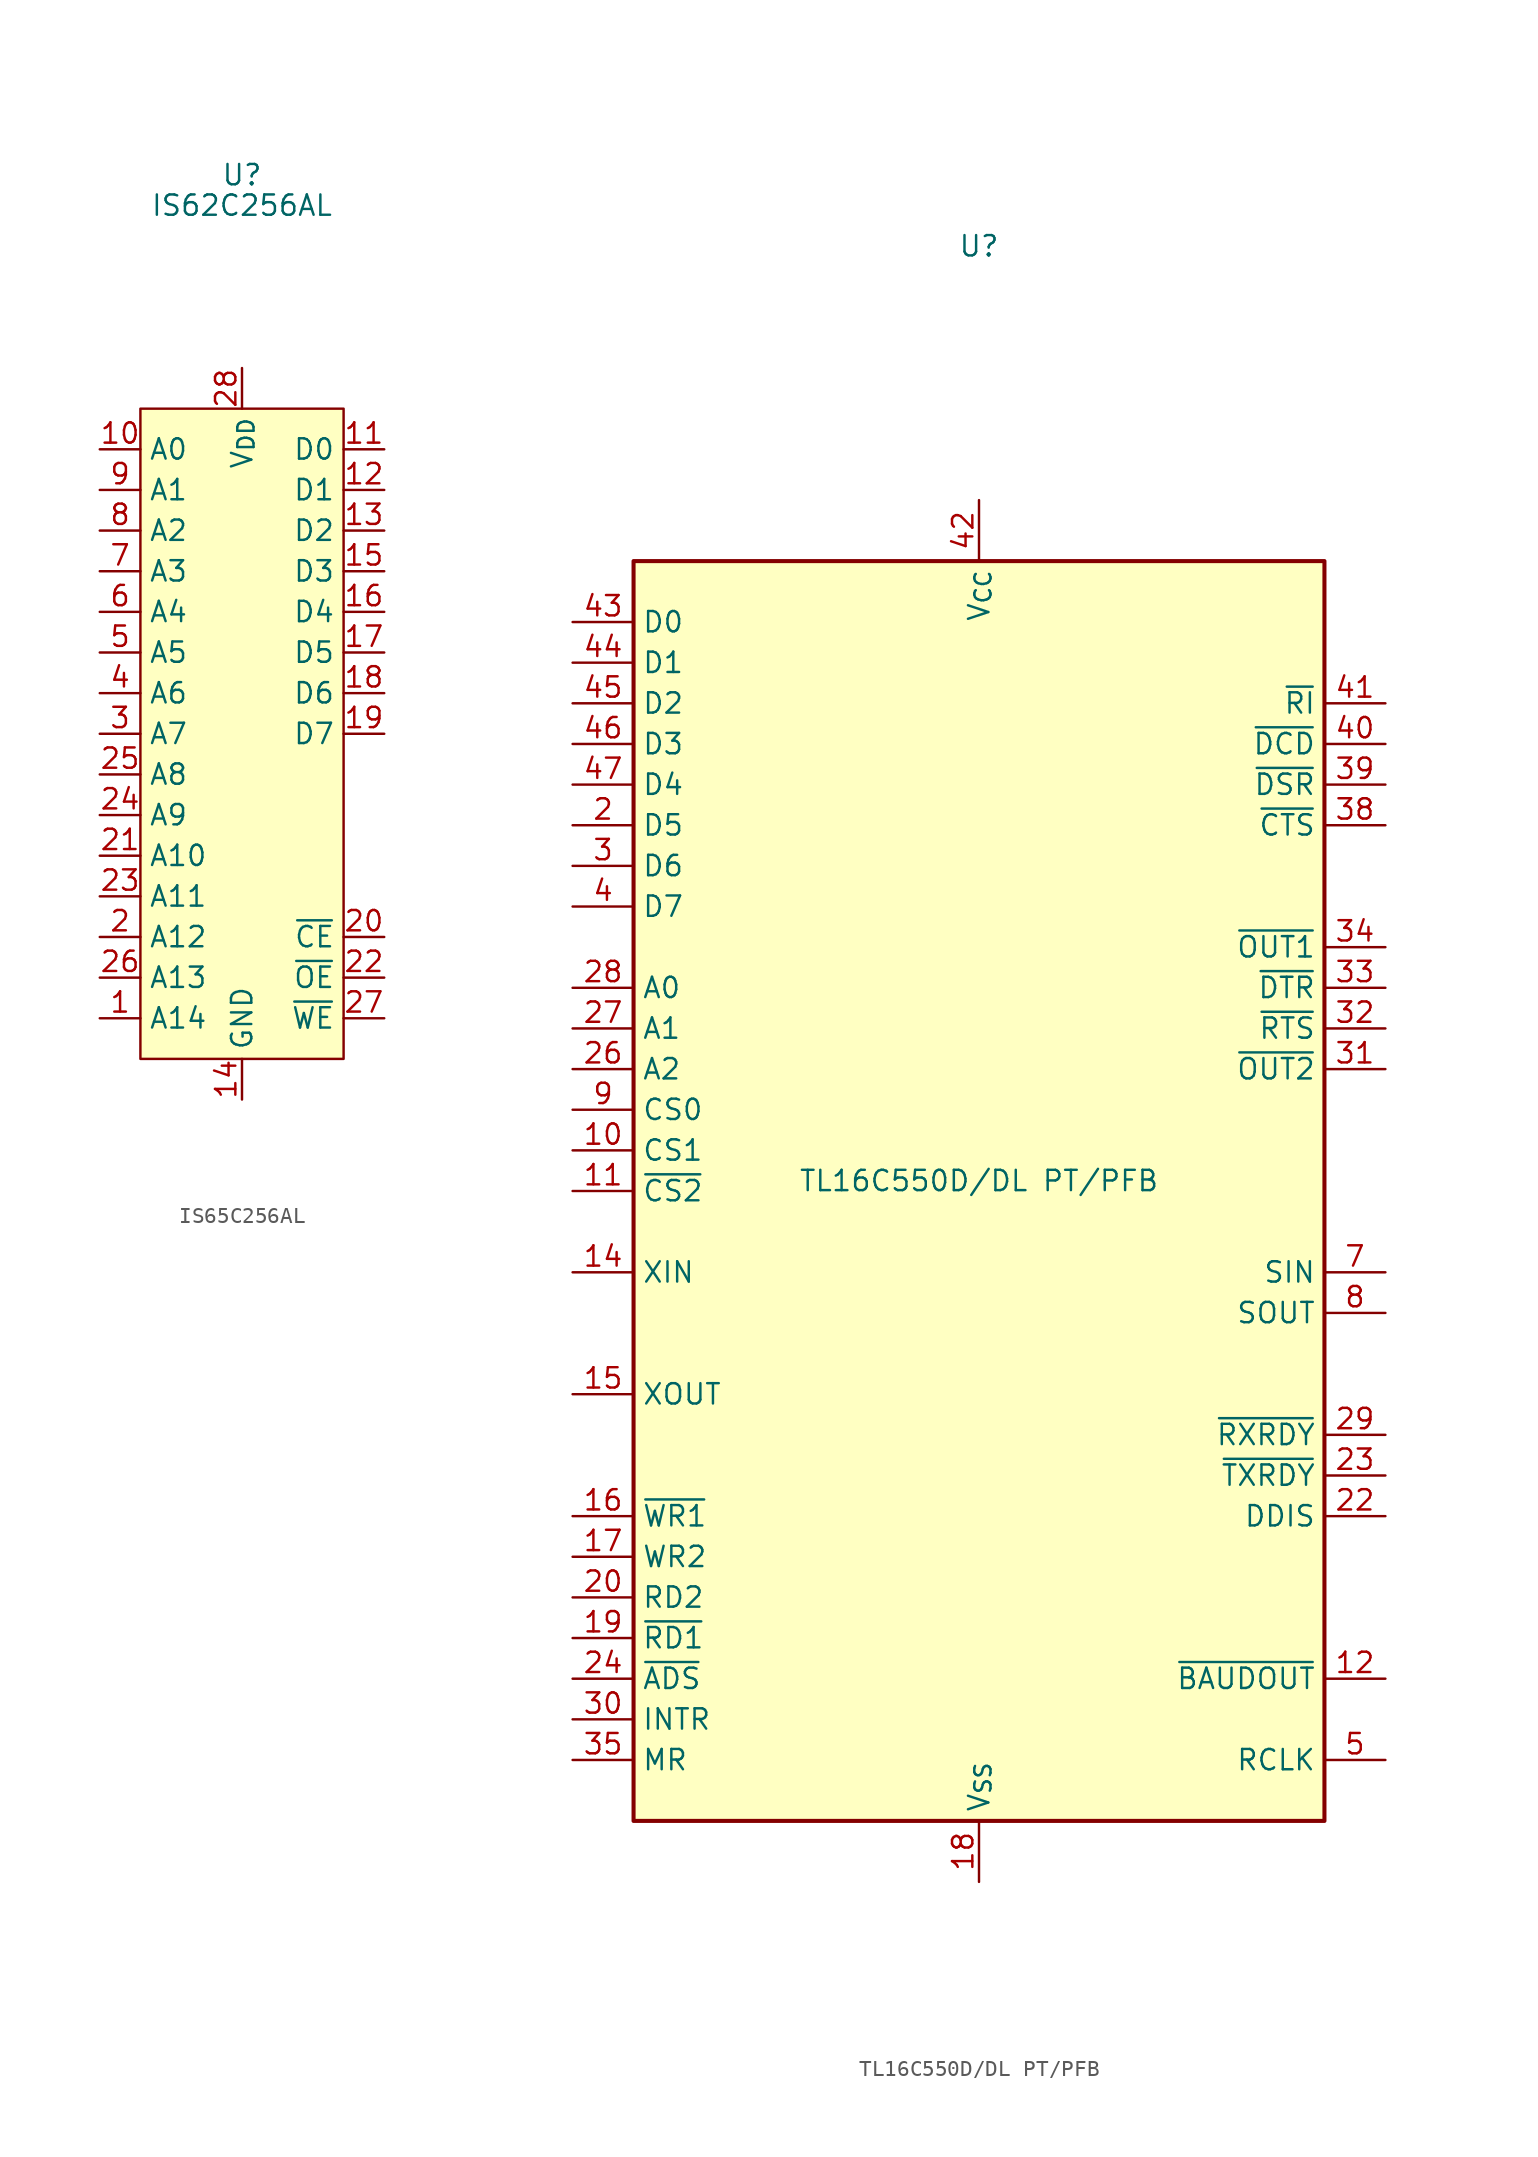
<source format=kicad_sym>
(kicad_symbol_lib
  (version 20220914)
  (generator kicad_symbol_editor)
  (symbol "IS65C256AL"
    (property "Reference" "U"
      (at 0 34.925 0)
      (effects (font (size 1.27 1.27))))
    (property "Value" "IS62C256AL"
      (at 0 33.02 0)
      (effects (font (size 1.27 1.27))))
    (symbol "IS65C256AL_1_1"
      (rectangle (start -6.35 20.32) (end 6.35 -20.32) (stroke (width 0) (type default)) (fill (type background)))
      (pin input line (at -8.89 -17.78 0) (length 2.54) (name "A14" (effects (font (size 1.27 1.27)))) (number "1" (effects (font (size 1.27 1.27)))))
      (pin input line (at -8.89 17.78 0) (length 2.54) (name "A0" (effects (font (size 1.27 1.27)))) (number "10" (effects (font (size 1.27 1.27)))))
      (pin bidirectional line (at 8.89 17.78 180) (length 2.54) (name "D0" (effects (font (size 1.27 1.27)))) (number "11" (effects (font (size 1.27 1.27)))))
      (pin bidirectional line (at 8.89 15.24 180) (length 2.54) (name "D1" (effects (font (size 1.27 1.27)))) (number "12" (effects (font (size 1.27 1.27)))))
      (pin bidirectional line (at 8.89 12.7 180) (length 2.54) (name "D2" (effects (font (size 1.27 1.27)))) (number "13" (effects (font (size 1.27 1.27)))))
      (pin power_in line (at 0 -22.86 90) (length 2.54) (name "GND" (effects (font (size 1.27 1.27)))) (number "14" (effects (font (size 1.27 1.27)))))
      (pin bidirectional line (at 8.89 10.16 180) (length 2.54) (name "D3" (effects (font (size 1.27 1.27)))) (number "15" (effects (font (size 1.27 1.27)))))
      (pin bidirectional line (at 8.89 7.62 180) (length 2.54) (name "D4" (effects (font (size 1.27 1.27)))) (number "16" (effects (font (size 1.27 1.27)))))
      (pin bidirectional line (at 8.89 5.08 180) (length 2.54) (name "D5" (effects (font (size 1.27 1.27)))) (number "17" (effects (font (size 1.27 1.27)))))
      (pin bidirectional line (at 8.89 2.54 180) (length 2.54) (name "D6" (effects (font (size 1.27 1.27)))) (number "18" (effects (font (size 1.27 1.27)))))
      (pin bidirectional line (at 8.89 0 180) (length 2.54) (name "D7" (effects (font (size 1.27 1.27)))) (number "19" (effects (font (size 1.27 1.27)))))
      (pin input line (at -8.89 -12.7 0) (length 2.54) (name "A12" (effects (font (size 1.27 1.27)))) (number "2" (effects (font (size 1.27 1.27)))))
      (pin input line (at 8.89 -12.7 180) (length 2.54) (name "~{CE}" (effects (font (size 1.27 1.27)))) (number "20" (effects (font (size 1.27 1.27)))))
      (pin input line (at -8.89 -7.62 0) (length 2.54) (name "A10" (effects (font (size 1.27 1.27)))) (number "21" (effects (font (size 1.27 1.27)))))
      (pin input line (at 8.89 -15.24 180) (length 2.54) (name "~{OE}" (effects (font (size 1.27 1.27)))) (number "22" (effects (font (size 1.27 1.27)))))
      (pin input line (at -8.89 -10.16 0) (length 2.54) (name "A11" (effects (font (size 1.27 1.27)))) (number "23" (effects (font (size 1.27 1.27)))))
      (pin input line (at -8.89 -5.08 0) (length 2.54) (name "A9" (effects (font (size 1.27 1.27)))) (number "24" (effects (font (size 1.27 1.27)))))
      (pin input line (at -8.89 -2.54 0) (length 2.54) (name "A8" (effects (font (size 1.27 1.27)))) (number "25" (effects (font (size 1.27 1.27)))))
      (pin input line (at -8.89 -15.24 0) (length 2.54) (name "A13" (effects (font (size 1.27 1.27)))) (number "26" (effects (font (size 1.27 1.27)))))
      (pin input line (at 8.89 -17.78 180) (length 2.54) (name "~{WE}" (effects (font (size 1.27 1.27)))) (number "27" (effects (font (size 1.27 1.27)))))
      (pin power_in line (at 0 22.86 270) (length 2.54) (name "V_{DD}" (effects (font (size 1.27 1.27)))) (number "28" (effects (font (size 1.27 1.27)))))
      (pin input line (at -8.89 0 0) (length 2.54) (name "A7" (effects (font (size 1.27 1.27)))) (number "3" (effects (font (size 1.27 1.27)))))
      (pin input line (at -8.89 2.54 0) (length 2.54) (name "A6" (effects (font (size 1.27 1.27)))) (number "4" (effects (font (size 1.27 1.27)))))
      (pin input line (at -8.89 5.08 0) (length 2.54) (name "A5" (effects (font (size 1.27 1.27)))) (number "5" (effects (font (size 1.27 1.27)))))
      (pin input line (at -8.89 7.62 0) (length 2.54) (name "A4" (effects (font (size 1.27 1.27)))) (number "6" (effects (font (size 1.27 1.27)))))
      (pin input line (at -8.89 10.16 0) (length 2.54) (name "A3" (effects (font (size 1.27 1.27)))) (number "7" (effects (font (size 1.27 1.27)))))
      (pin input line (at -8.89 12.7 0) (length 2.54) (name "A2" (effects (font (size 1.27 1.27)))) (number "8" (effects (font (size 1.27 1.27)))))
      (pin input line (at -8.89 15.24 0) (length 2.54) (name "A1" (effects (font (size 1.27 1.27)))) (number "9" (effects (font (size 1.27 1.27)))))))
  (symbol "TL16C550D/DL PT/PFB"
    (property "Reference" "U"
      (at 0 59.055 0)
      (effects (font (size 1.27 1.27))))
    (property "Value" "TL16C550D/DL PT/PFB"
      (at 0 0.635 0)
      (effects (font (size 1.27 1.27))))
    (symbol "TL16C550D/DL PT/PFB_0_1"
      (rectangle (start -21.59 39.37) (end 21.59 -39.37) (stroke (width 0.254) (type default)) (fill (type background))))
    (symbol "TL16C550D/DL PT/PFB_1_1"
      (pin input line (at -25.4 2.54 0) (length 3.81) (name "CS1" (effects (font (size 1.27 1.27)))) (number "10" (effects (font (size 1.27 1.27)))))
      (pin input line (at -25.4 0 0) (length 3.81) (name "~{CS2}" (effects (font (size 1.27 1.27)))) (number "11" (effects (font (size 1.27 1.27)))))
      (pin output line (at 25.4 -30.48 180) (length 3.81) (name "~{BAUDOUT}" (effects (font (size 1.27 1.27)))) (number "12" (effects (font (size 1.27 1.27)))))
      (pin input line (at -25.4 -5.08 0) (length 3.81) (name "XIN" (effects (font (size 1.27 1.27)))) (number "14" (effects (font (size 1.27 1.27)))))
      (pin output line (at -25.4 -12.7 0) (length 3.81) (name "XOUT" (effects (font (size 1.27 1.27)))) (number "15" (effects (font (size 1.27 1.27)))))
      (pin input line (at -25.4 -20.32 0) (length 3.81) (name "~{WR1}" (effects (font (size 1.27 1.27)))) (number "16" (effects (font (size 1.27 1.27)))))
      (pin input line (at -25.4 -22.86 0) (length 3.81) (name "WR2" (effects (font (size 1.27 1.27)))) (number "17" (effects (font (size 1.27 1.27)))))
      (pin power_in line (at 0 -43.18 90) (length 3.81) (name "V_{SS}" (effects (font (size 1.27 1.27)))) (number "18" (effects (font (size 1.27 1.27)))))
      (pin input line (at -25.4 -27.94 0) (length 3.81) (name "~{RD1}" (effects (font (size 1.27 1.27)))) (number "19" (effects (font (size 1.27 1.27)))))
      (pin bidirectional line (at -25.4 22.86 0) (length 3.81) (name "D5" (effects (font (size 1.27 1.27)))) (number "2" (effects (font (size 1.27 1.27)))))
      (pin input line (at -25.4 -25.4 0) (length 3.81) (name "RD2" (effects (font (size 1.27 1.27)))) (number "20" (effects (font (size 1.27 1.27)))))
      (pin output line (at 25.4 -20.32 180) (length 3.81) (name "DDIS" (effects (font (size 1.27 1.27)))) (number "22" (effects (font (size 1.27 1.27)))))
      (pin output line (at 25.4 -17.78 180) (length 3.81) (name "~{TXRDY}" (effects (font (size 1.27 1.27)))) (number "23" (effects (font (size 1.27 1.27)))))
      (pin input line (at -25.4 -30.48 0) (length 3.81) (name "~{ADS}" (effects (font (size 1.27 1.27)))) (number "24" (effects (font (size 1.27 1.27)))))
      (pin input line (at -25.4 7.62 0) (length 3.81) (name "A2" (effects (font (size 1.27 1.27)))) (number "26" (effects (font (size 1.27 1.27)))))
      (pin input line (at -25.4 10.16 0) (length 3.81) (name "A1" (effects (font (size 1.27 1.27)))) (number "27" (effects (font (size 1.27 1.27)))))
      (pin input line (at -25.4 12.7 0) (length 3.81) (name "A0" (effects (font (size 1.27 1.27)))) (number "28" (effects (font (size 1.27 1.27)))))
      (pin output line (at 25.4 -15.24 180) (length 3.81) (name "~{RXRDY}" (effects (font (size 1.27 1.27)))) (number "29" (effects (font (size 1.27 1.27)))))
      (pin bidirectional line (at -25.4 20.32 0) (length 3.81) (name "D6" (effects (font (size 1.27 1.27)))) (number "3" (effects (font (size 1.27 1.27)))))
      (pin output line (at -25.4 -33.02 0) (length 3.81) (name "INTR" (effects (font (size 1.27 1.27)))) (number "30" (effects (font (size 1.27 1.27)))))
      (pin output line (at 25.4 7.62 180) (length 3.81) (name "~{OUT2}" (effects (font (size 1.27 1.27)))) (number "31" (effects (font (size 1.27 1.27)))))
      (pin output line (at 25.4 10.16 180) (length 3.81) (name "~{RTS}" (effects (font (size 1.27 1.27)))) (number "32" (effects (font (size 1.27 1.27)))))
      (pin output line (at 25.4 12.7 180) (length 3.81) (name "~{DTR}" (effects (font (size 1.27 1.27)))) (number "33" (effects (font (size 1.27 1.27)))))
      (pin output line (at 25.4 15.24 180) (length 3.81) (name "~{OUT1}" (effects (font (size 1.27 1.27)))) (number "34" (effects (font (size 1.27 1.27)))))
      (pin input line (at -25.4 -35.56 0) (length 3.81) (name "MR" (effects (font (size 1.27 1.27)))) (number "35" (effects (font (size 1.27 1.27)))))
      (pin input line (at 25.4 22.86 180) (length 3.81) (name "~{CTS}" (effects (font (size 1.27 1.27)))) (number "38" (effects (font (size 1.27 1.27)))))
      (pin input line (at 25.4 25.4 180) (length 3.81) (name "~{DSR}" (effects (font (size 1.27 1.27)))) (number "39" (effects (font (size 1.27 1.27)))))
      (pin bidirectional line (at -25.4 17.78 0) (length 3.81) (name "D7" (effects (font (size 1.27 1.27)))) (number "4" (effects (font (size 1.27 1.27)))))
      (pin input line (at 25.4 27.94 180) (length 3.81) (name "~{DCD}" (effects (font (size 1.27 1.27)))) (number "40" (effects (font (size 1.27 1.27)))))
      (pin input line (at 25.4 30.48 180) (length 3.81) (name "~{RI}" (effects (font (size 1.27 1.27)))) (number "41" (effects (font (size 1.27 1.27)))))
      (pin power_in line (at 0 43.18 270) (length 3.81) (name "V_{CC}" (effects (font (size 1.27 1.27)))) (number "42" (effects (font (size 1.27 1.27)))))
      (pin bidirectional line (at -25.4 35.56 0) (length 3.81) (name "D0" (effects (font (size 1.27 1.27)))) (number "43" (effects (font (size 1.27 1.27)))))
      (pin bidirectional line (at -25.4 33.02 0) (length 3.81) (name "D1" (effects (font (size 1.27 1.27)))) (number "44" (effects (font (size 1.27 1.27)))))
      (pin bidirectional line (at -25.4 30.48 0) (length 3.81) (name "D2" (effects (font (size 1.27 1.27)))) (number "45" (effects (font (size 1.27 1.27)))))
      (pin bidirectional line (at -25.4 27.94 0) (length 3.81) (name "D3" (effects (font (size 1.27 1.27)))) (number "46" (effects (font (size 1.27 1.27)))))
      (pin bidirectional line (at -25.4 25.4 0) (length 3.81) (name "D4" (effects (font (size 1.27 1.27)))) (number "47" (effects (font (size 1.27 1.27)))))
      (pin input line (at 25.4 -35.56 180) (length 3.81) (name "RCLK" (effects (font (size 1.27 1.27)))) (number "5" (effects (font (size 1.27 1.27)))))
      (pin input line (at 25.4 -5.08 180) (length 3.81) (name "SIN" (effects (font (size 1.27 1.27)))) (number "7" (effects (font (size 1.27 1.27)))))
      (pin output line (at 25.4 -7.62 180) (length 3.81) (name "SOUT" (effects (font (size 1.27 1.27)))) (number "8" (effects (font (size 1.27 1.27)))))
      (pin input line (at -25.4 5.08 0) (length 3.81) (name "CS0" (effects (font (size 1.27 1.27)))) (number "9" (effects (font (size 1.27 1.27))))))))
</source>
